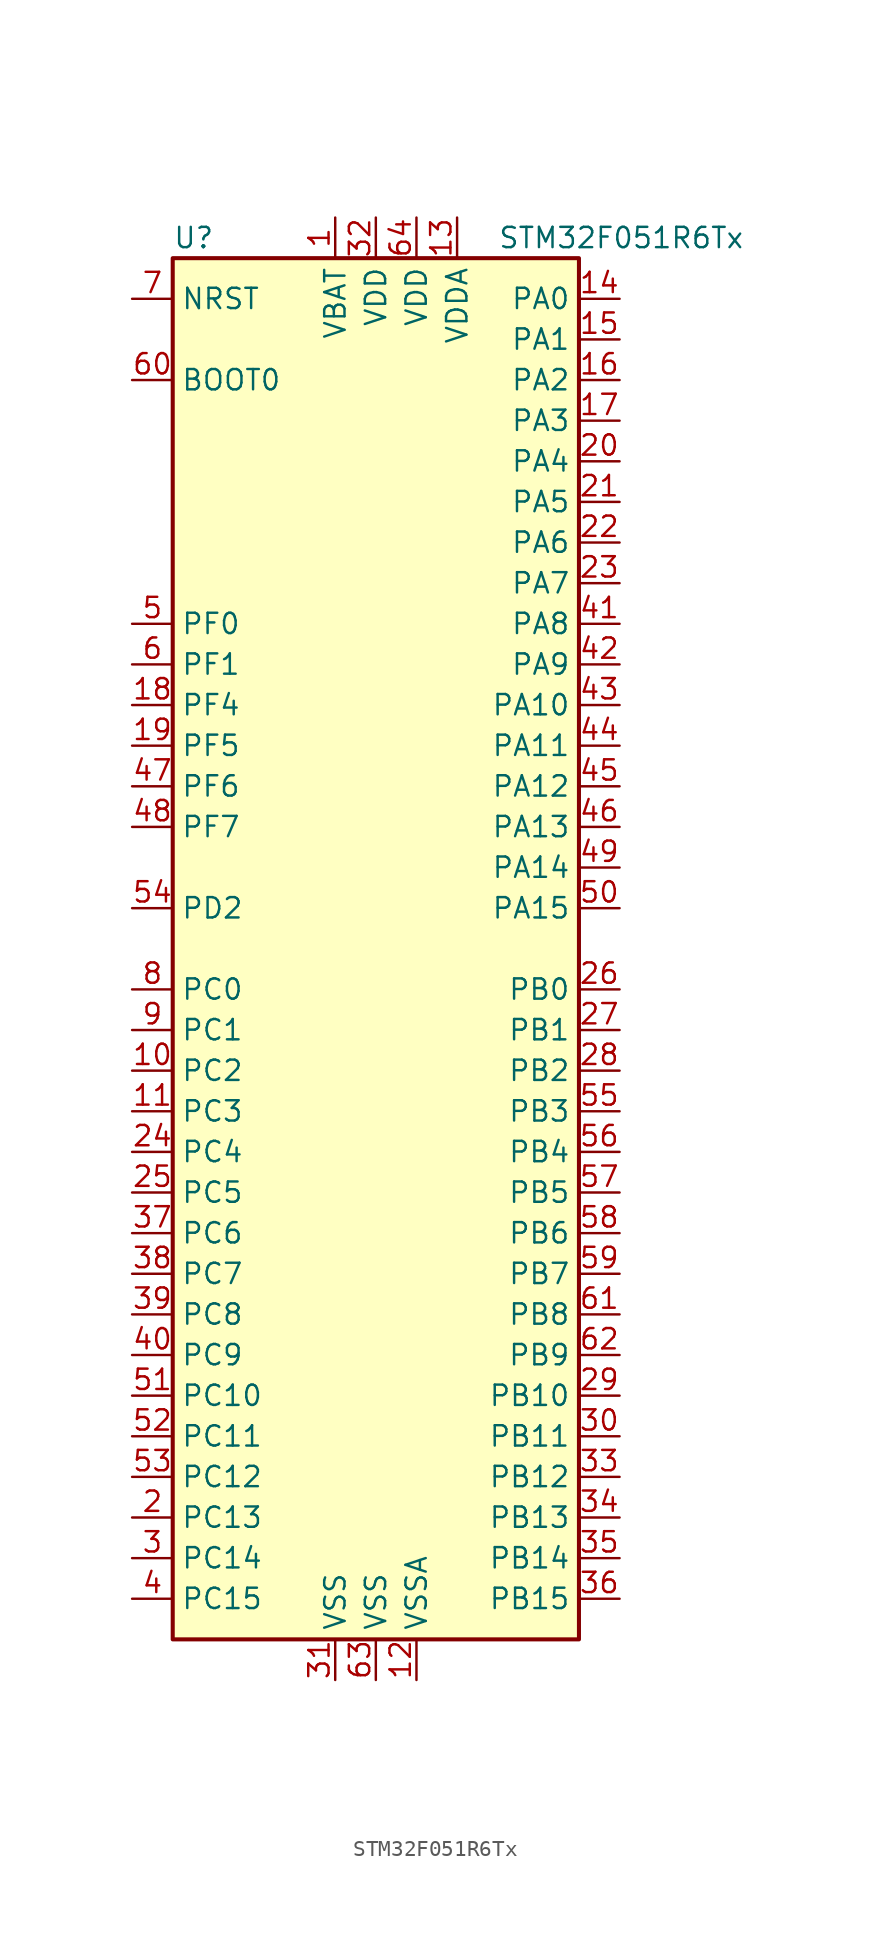
<source format=kicad_sym>
(kicad_symbol_lib
  (version 20211014)
  (generator kicad_symbol_editor)
  (symbol "STM32F051R6Tx"
    (property "Reference" "U"
      (at -12.7 44.45 0)
      (effects (font (size 1.27 1.27)) (justify left)))
    (property "Value" "STM32F051R6Tx"
      (at 7.62 44.45 0)
      (effects (font (size 1.27 1.27)) (justify left)))
    (symbol "STM32F051R6Tx_0_1"
      (rectangle (start -12.7 -43.18) (end 12.7 43.18) (stroke (width 0.254) (type default) (color 0 0 0 0)) (fill (type background))))
    (symbol "STM32F051R6Tx_1_1"
      (pin power_in line (at -2.54 45.72 270) (length 2.54) (name "VBAT" (effects (font (size 1.27 1.27)))) (number "1" (effects (font (size 1.27 1.27)))))
      (pin bidirectional line (at -15.24 -7.62 0) (length 2.54) (name "PC2" (effects (font (size 1.27 1.27)))) (number "10" (effects (font (size 1.27 1.27)))))
      (pin bidirectional line (at -15.24 -10.16 0) (length 2.54) (name "PC3" (effects (font (size 1.27 1.27)))) (number "11" (effects (font (size 1.27 1.27)))))
      (pin power_in line (at 2.54 -45.72 90) (length 2.54) (name "VSSA" (effects (font (size 1.27 1.27)))) (number "12" (effects (font (size 1.27 1.27)))))
      (pin power_in line (at 5.08 45.72 270) (length 2.54) (name "VDDA" (effects (font (size 1.27 1.27)))) (number "13" (effects (font (size 1.27 1.27)))))
      (pin bidirectional line (at 15.24 40.64 180) (length 2.54) (name "PA0" (effects (font (size 1.27 1.27)))) (number "14" (effects (font (size 1.27 1.27)))))
      (pin bidirectional line (at 15.24 38.1 180) (length 2.54) (name "PA1" (effects (font (size 1.27 1.27)))) (number "15" (effects (font (size 1.27 1.27)))))
      (pin bidirectional line (at 15.24 35.56 180) (length 2.54) (name "PA2" (effects (font (size 1.27 1.27)))) (number "16" (effects (font (size 1.27 1.27)))))
      (pin bidirectional line (at 15.24 33.02 180) (length 2.54) (name "PA3" (effects (font (size 1.27 1.27)))) (number "17" (effects (font (size 1.27 1.27)))))
      (pin bidirectional line (at -15.24 15.24 0) (length 2.54) (name "PF4" (effects (font (size 1.27 1.27)))) (number "18" (effects (font (size 1.27 1.27)))))
      (pin bidirectional line (at -15.24 12.7 0) (length 2.54) (name "PF5" (effects (font (size 1.27 1.27)))) (number "19" (effects (font (size 1.27 1.27)))))
      (pin bidirectional line (at -15.24 -35.56 0) (length 2.54) (name "PC13" (effects (font (size 1.27 1.27)))) (number "2" (effects (font (size 1.27 1.27)))))
      (pin bidirectional line (at 15.24 30.48 180) (length 2.54) (name "PA4" (effects (font (size 1.27 1.27)))) (number "20" (effects (font (size 1.27 1.27)))))
      (pin bidirectional line (at 15.24 27.94 180) (length 2.54) (name "PA5" (effects (font (size 1.27 1.27)))) (number "21" (effects (font (size 1.27 1.27)))))
      (pin bidirectional line (at 15.24 25.4 180) (length 2.54) (name "PA6" (effects (font (size 1.27 1.27)))) (number "22" (effects (font (size 1.27 1.27)))))
      (pin bidirectional line (at 15.24 22.86 180) (length 2.54) (name "PA7" (effects (font (size 1.27 1.27)))) (number "23" (effects (font (size 1.27 1.27)))))
      (pin bidirectional line (at -15.24 -12.7 0) (length 2.54) (name "PC4" (effects (font (size 1.27 1.27)))) (number "24" (effects (font (size 1.27 1.27)))))
      (pin bidirectional line (at -15.24 -15.24 0) (length 2.54) (name "PC5" (effects (font (size 1.27 1.27)))) (number "25" (effects (font (size 1.27 1.27)))))
      (pin bidirectional line (at 15.24 -2.54 180) (length 2.54) (name "PB0" (effects (font (size 1.27 1.27)))) (number "26" (effects (font (size 1.27 1.27)))))
      (pin bidirectional line (at 15.24 -5.08 180) (length 2.54) (name "PB1" (effects (font (size 1.27 1.27)))) (number "27" (effects (font (size 1.27 1.27)))))
      (pin bidirectional line (at 15.24 -7.62 180) (length 2.54) (name "PB2" (effects (font (size 1.27 1.27)))) (number "28" (effects (font (size 1.27 1.27)))))
      (pin bidirectional line (at 15.24 -27.94 180) (length 2.54) (name "PB10" (effects (font (size 1.27 1.27)))) (number "29" (effects (font (size 1.27 1.27)))))
      (pin bidirectional line (at -15.24 -38.1 0) (length 2.54) (name "PC14" (effects (font (size 1.27 1.27)))) (number "3" (effects (font (size 1.27 1.27)))))
      (pin bidirectional line (at 15.24 -30.48 180) (length 2.54) (name "PB11" (effects (font (size 1.27 1.27)))) (number "30" (effects (font (size 1.27 1.27)))))
      (pin power_in line (at -2.54 -45.72 90) (length 2.54) (name "VSS" (effects (font (size 1.27 1.27)))) (number "31" (effects (font (size 1.27 1.27)))))
      (pin power_in line (at 0 45.72 270) (length 2.54) (name "VDD" (effects (font (size 1.27 1.27)))) (number "32" (effects (font (size 1.27 1.27)))))
      (pin bidirectional line (at 15.24 -33.02 180) (length 2.54) (name "PB12" (effects (font (size 1.27 1.27)))) (number "33" (effects (font (size 1.27 1.27)))))
      (pin bidirectional line (at 15.24 -35.56 180) (length 2.54) (name "PB13" (effects (font (size 1.27 1.27)))) (number "34" (effects (font (size 1.27 1.27)))))
      (pin bidirectional line (at 15.24 -38.1 180) (length 2.54) (name "PB14" (effects (font (size 1.27 1.27)))) (number "35" (effects (font (size 1.27 1.27)))))
      (pin bidirectional line (at 15.24 -40.64 180) (length 2.54) (name "PB15" (effects (font (size 1.27 1.27)))) (number "36" (effects (font (size 1.27 1.27)))))
      (pin bidirectional line (at -15.24 -17.78 0) (length 2.54) (name "PC6" (effects (font (size 1.27 1.27)))) (number "37" (effects (font (size 1.27 1.27)))))
      (pin bidirectional line (at -15.24 -20.32 0) (length 2.54) (name "PC7" (effects (font (size 1.27 1.27)))) (number "38" (effects (font (size 1.27 1.27)))))
      (pin bidirectional line (at -15.24 -22.86 0) (length 2.54) (name "PC8" (effects (font (size 1.27 1.27)))) (number "39" (effects (font (size 1.27 1.27)))))
      (pin bidirectional line (at -15.24 -40.64 0) (length 2.54) (name "PC15" (effects (font (size 1.27 1.27)))) (number "4" (effects (font (size 1.27 1.27)))))
      (pin bidirectional line (at -15.24 -25.4 0) (length 2.54) (name "PC9" (effects (font (size 1.27 1.27)))) (number "40" (effects (font (size 1.27 1.27)))))
      (pin bidirectional line (at 15.24 20.32 180) (length 2.54) (name "PA8" (effects (font (size 1.27 1.27)))) (number "41" (effects (font (size 1.27 1.27)))))
      (pin bidirectional line (at 15.24 17.78 180) (length 2.54) (name "PA9" (effects (font (size 1.27 1.27)))) (number "42" (effects (font (size 1.27 1.27)))))
      (pin bidirectional line (at 15.24 15.24 180) (length 2.54) (name "PA10" (effects (font (size 1.27 1.27)))) (number "43" (effects (font (size 1.27 1.27)))))
      (pin bidirectional line (at 15.24 12.7 180) (length 2.54) (name "PA11" (effects (font (size 1.27 1.27)))) (number "44" (effects (font (size 1.27 1.27)))))
      (pin bidirectional line (at 15.24 10.16 180) (length 2.54) (name "PA12" (effects (font (size 1.27 1.27)))) (number "45" (effects (font (size 1.27 1.27)))))
      (pin bidirectional line (at 15.24 7.62 180) (length 2.54) (name "PA13" (effects (font (size 1.27 1.27)))) (number "46" (effects (font (size 1.27 1.27)))))
      (pin bidirectional line (at -15.24 10.16 0) (length 2.54) (name "PF6" (effects (font (size 1.27 1.27)))) (number "47" (effects (font (size 1.27 1.27)))))
      (pin bidirectional line (at -15.24 7.62 0) (length 2.54) (name "PF7" (effects (font (size 1.27 1.27)))) (number "48" (effects (font (size 1.27 1.27)))))
      (pin bidirectional line (at 15.24 5.08 180) (length 2.54) (name "PA14" (effects (font (size 1.27 1.27)))) (number "49" (effects (font (size 1.27 1.27)))))
      (pin input line (at -15.24 20.32 0) (length 2.54) (name "PF0" (effects (font (size 1.27 1.27)))) (number "5" (effects (font (size 1.27 1.27)))))
      (pin bidirectional line (at 15.24 2.54 180) (length 2.54) (name "PA15" (effects (font (size 1.27 1.27)))) (number "50" (effects (font (size 1.27 1.27)))))
      (pin bidirectional line (at -15.24 -27.94 0) (length 2.54) (name "PC10" (effects (font (size 1.27 1.27)))) (number "51" (effects (font (size 1.27 1.27)))))
      (pin bidirectional line (at -15.24 -30.48 0) (length 2.54) (name "PC11" (effects (font (size 1.27 1.27)))) (number "52" (effects (font (size 1.27 1.27)))))
      (pin bidirectional line (at -15.24 -33.02 0) (length 2.54) (name "PC12" (effects (font (size 1.27 1.27)))) (number "53" (effects (font (size 1.27 1.27)))))
      (pin bidirectional line (at -15.24 2.54 0) (length 2.54) (name "PD2" (effects (font (size 1.27 1.27)))) (number "54" (effects (font (size 1.27 1.27)))))
      (pin bidirectional line (at 15.24 -10.16 180) (length 2.54) (name "PB3" (effects (font (size 1.27 1.27)))) (number "55" (effects (font (size 1.27 1.27)))))
      (pin bidirectional line (at 15.24 -12.7 180) (length 2.54) (name "PB4" (effects (font (size 1.27 1.27)))) (number "56" (effects (font (size 1.27 1.27)))))
      (pin bidirectional line (at 15.24 -15.24 180) (length 2.54) (name "PB5" (effects (font (size 1.27 1.27)))) (number "57" (effects (font (size 1.27 1.27)))))
      (pin bidirectional line (at 15.24 -17.78 180) (length 2.54) (name "PB6" (effects (font (size 1.27 1.27)))) (number "58" (effects (font (size 1.27 1.27)))))
      (pin bidirectional line (at 15.24 -20.32 180) (length 2.54) (name "PB7" (effects (font (size 1.27 1.27)))) (number "59" (effects (font (size 1.27 1.27)))))
      (pin input line (at -15.24 17.78 0) (length 2.54) (name "PF1" (effects (font (size 1.27 1.27)))) (number "6" (effects (font (size 1.27 1.27)))))
      (pin input line (at -15.24 35.56 0) (length 2.54) (name "BOOT0" (effects (font (size 1.27 1.27)))) (number "60" (effects (font (size 1.27 1.27)))))
      (pin bidirectional line (at 15.24 -22.86 180) (length 2.54) (name "PB8" (effects (font (size 1.27 1.27)))) (number "61" (effects (font (size 1.27 1.27)))))
      (pin bidirectional line (at 15.24 -25.4 180) (length 2.54) (name "PB9" (effects (font (size 1.27 1.27)))) (number "62" (effects (font (size 1.27 1.27)))))
      (pin power_in line (at 0 -45.72 90) (length 2.54) (name "VSS" (effects (font (size 1.27 1.27)))) (number "63" (effects (font (size 1.27 1.27)))))
      (pin power_in line (at 2.54 45.72 270) (length 2.54) (name "VDD" (effects (font (size 1.27 1.27)))) (number "64" (effects (font (size 1.27 1.27)))))
      (pin input line (at -15.24 40.64 0) (length 2.54) (name "NRST" (effects (font (size 1.27 1.27)))) (number "7" (effects (font (size 1.27 1.27)))))
      (pin bidirectional line (at -15.24 -2.54 0) (length 2.54) (name "PC0" (effects (font (size 1.27 1.27)))) (number "8" (effects (font (size 1.27 1.27)))))
      (pin bidirectional line (at -15.24 -5.08 0) (length 2.54) (name "PC1" (effects (font (size 1.27 1.27)))) (number "9" (effects (font (size 1.27 1.27))))))))
</source>
